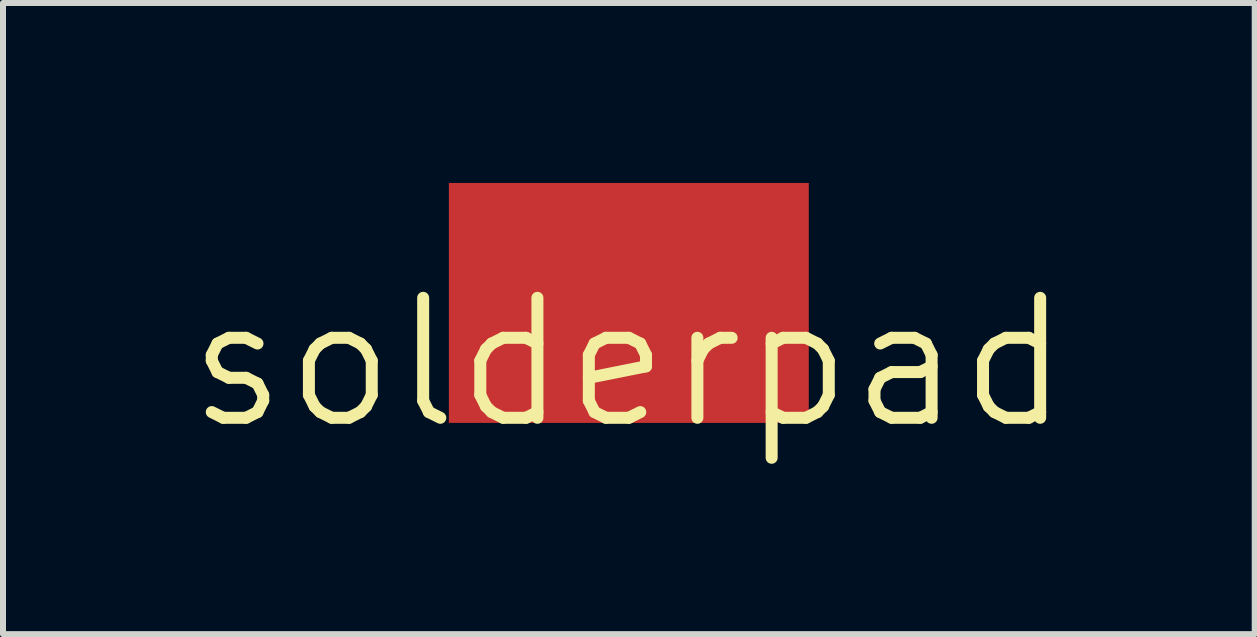
<source format=kicad_pcb>
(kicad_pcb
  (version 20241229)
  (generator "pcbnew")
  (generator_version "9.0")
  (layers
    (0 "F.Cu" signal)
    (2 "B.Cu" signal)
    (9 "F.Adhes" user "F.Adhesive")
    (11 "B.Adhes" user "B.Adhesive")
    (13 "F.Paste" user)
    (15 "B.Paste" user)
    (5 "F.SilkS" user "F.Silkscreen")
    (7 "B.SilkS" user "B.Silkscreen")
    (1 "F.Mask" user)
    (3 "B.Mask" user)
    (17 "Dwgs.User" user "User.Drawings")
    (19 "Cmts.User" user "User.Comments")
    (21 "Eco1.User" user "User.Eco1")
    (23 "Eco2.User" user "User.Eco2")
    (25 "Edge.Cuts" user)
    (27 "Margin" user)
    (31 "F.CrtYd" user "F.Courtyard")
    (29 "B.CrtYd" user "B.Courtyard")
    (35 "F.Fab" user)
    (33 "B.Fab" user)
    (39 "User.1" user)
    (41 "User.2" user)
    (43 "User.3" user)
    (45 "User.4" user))
  (footprint "solderpad"
    (layer "F.Cu")
    (at 7.433 2)
    (property "Reference" "solderpad" (at 0 1 0) (layer "F.SilkS") (effects (font (size 2 2) (thickness 0.2))))
    (attr through_hole)
    (pad "1" smd rect (at 0 0) (size 6 4) (layers "F.Cu" "F.Mask" "F.Paste")))
  (gr_rect
    (start -3 -3)
    (end 17.867 7.521)
    (stroke (width 0.1) (type default))
    (fill no)
    (layer "Edge.Cuts")))
</source>
